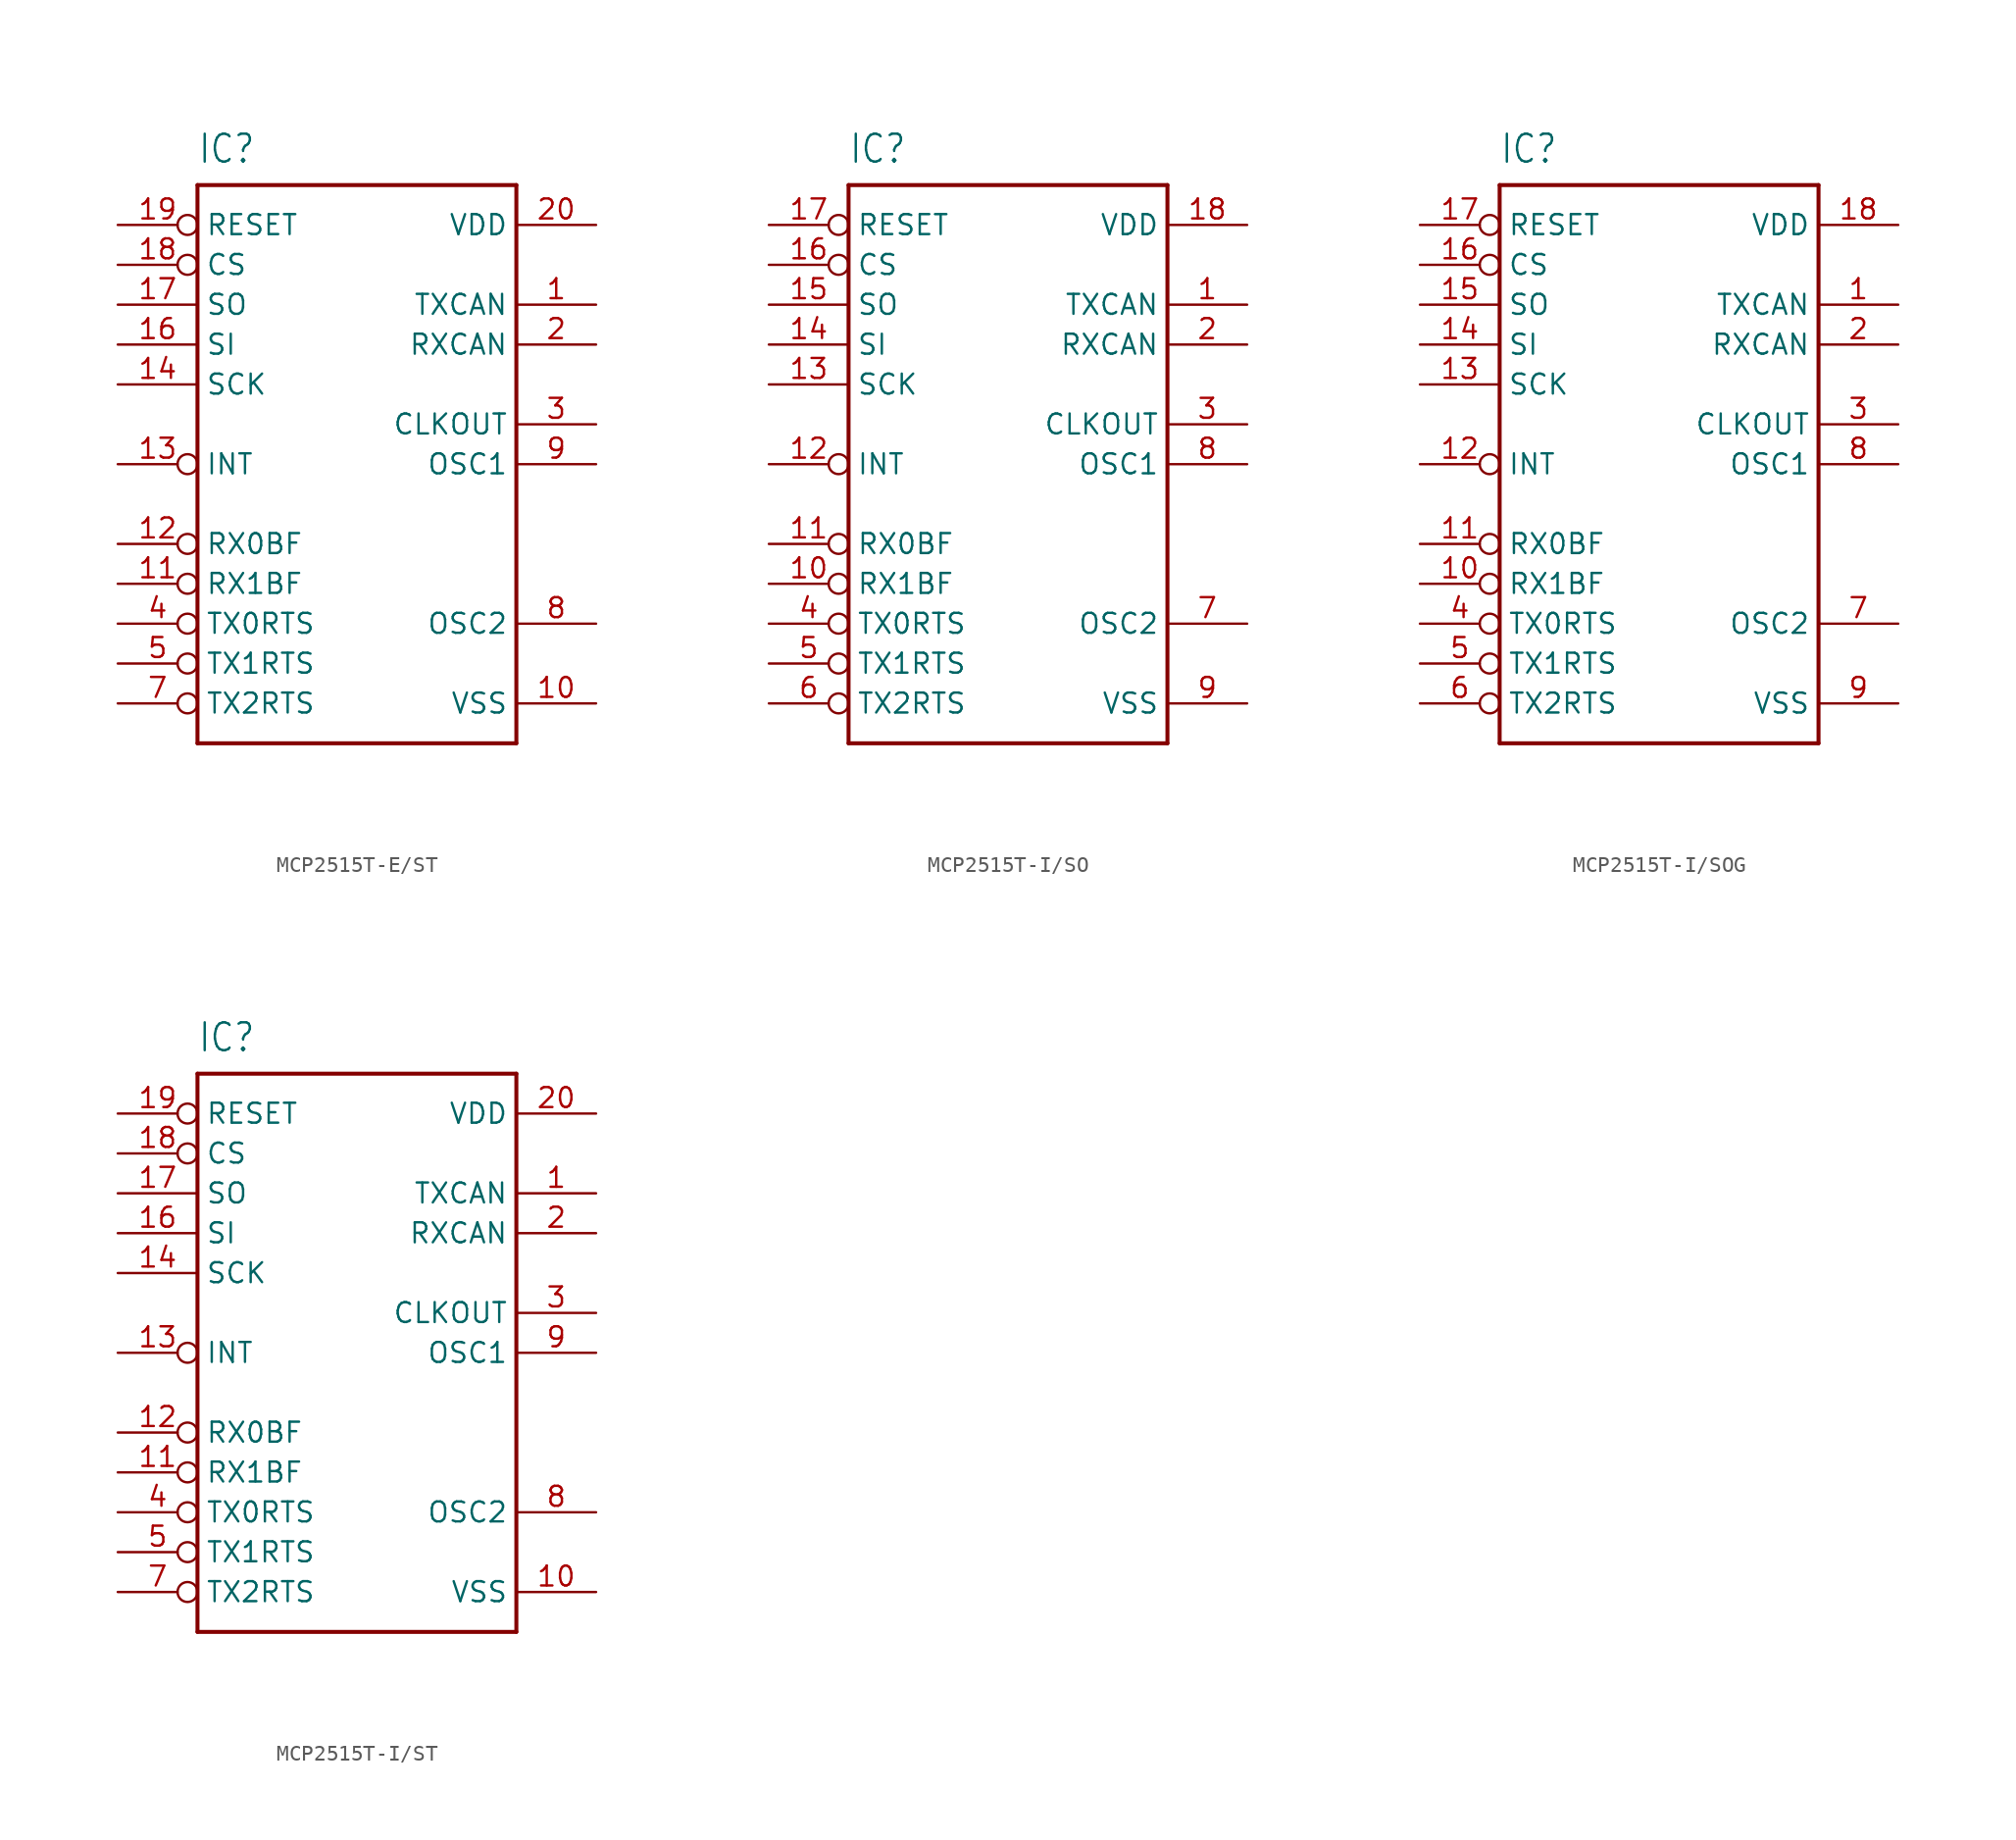
<source format=kicad_sym>
(kicad_symbol_lib
  (version 20220914)
  (generator kicad_symbol_editor)
  (symbol "MCP2515T-E/ST"
    (property "Reference" "IC"
      (at -10.16 19.05 0)
      (effects (font (size 1.778 1.511)) (justify left bottom)))
    (property "Value" ""
      (at -10.16 -20.32 0)
      (effects (font (size 1.778 1.511)) (justify left bottom)))
    (property "ki_locked" ""
      (at 0 0 0)
      (effects (font (size 1.27 1.27))))
    (symbol "MCP2515T-E/ST_1_0"
      (polyline (pts (xy -10.16 -17.78) (xy -10.16 17.78)) (stroke (width 0.254) (type solid)) (fill (type none)))
      (polyline (pts (xy -10.16 17.78) (xy 10.16 17.78)) (stroke (width 0.254) (type solid)) (fill (type none)))
      (polyline (pts (xy 10.16 -17.78) (xy -10.16 -17.78)) (stroke (width 0.254) (type solid)) (fill (type none)))
      (polyline (pts (xy 10.16 17.78) (xy 10.16 -17.78)) (stroke (width 0.254) (type solid)) (fill (type none)))
      (pin output line (at 15.24 10.16 180) (length 5.08) (name "TXCAN" (effects (font (size 1.27 1.27)))) (number "1" (effects (font (size 1.27 1.27)))))
      (pin power_in line (at 15.24 -15.24 180) (length 5.08) (name "VSS" (effects (font (size 1.27 1.27)))) (number "10" (effects (font (size 1.27 1.27)))))
      (pin output inverted (at -15.24 -7.62 0) (length 5.08) (name "RX1BF" (effects (font (size 1.27 1.27)))) (number "11" (effects (font (size 1.27 1.27)))))
      (pin output inverted (at -15.24 -5.08 0) (length 5.08) (name "RX0BF" (effects (font (size 1.27 1.27)))) (number "12" (effects (font (size 1.27 1.27)))))
      (pin output inverted (at -15.24 0 0) (length 5.08) (name "INT" (effects (font (size 1.27 1.27)))) (number "13" (effects (font (size 1.27 1.27)))))
      (pin input line (at -15.24 5.08 0) (length 5.08) (name "SCK" (effects (font (size 1.27 1.27)))) (number "14" (effects (font (size 1.27 1.27)))))
      (pin input line (at -15.24 7.62 0) (length 5.08) (name "SI" (effects (font (size 1.27 1.27)))) (number "16" (effects (font (size 1.27 1.27)))))
      (pin output line (at -15.24 10.16 0) (length 5.08) (name "SO" (effects (font (size 1.27 1.27)))) (number "17" (effects (font (size 1.27 1.27)))))
      (pin input inverted (at -15.24 12.7 0) (length 5.08) (name "CS" (effects (font (size 1.27 1.27)))) (number "18" (effects (font (size 1.27 1.27)))))
      (pin input inverted (at -15.24 15.24 0) (length 5.08) (name "RESET" (effects (font (size 1.27 1.27)))) (number "19" (effects (font (size 1.27 1.27)))))
      (pin input line (at 15.24 7.62 180) (length 5.08) (name "RXCAN" (effects (font (size 1.27 1.27)))) (number "2" (effects (font (size 1.27 1.27)))))
      (pin power_in line (at 15.24 15.24 180) (length 5.08) (name "VDD" (effects (font (size 1.27 1.27)))) (number "20" (effects (font (size 1.27 1.27)))))
      (pin output line (at 15.24 2.54 180) (length 5.08) (name "CLKOUT" (effects (font (size 1.27 1.27)))) (number "3" (effects (font (size 1.27 1.27)))))
      (pin input inverted (at -15.24 -10.16 0) (length 5.08) (name "TX0RTS" (effects (font (size 1.27 1.27)))) (number "4" (effects (font (size 1.27 1.27)))))
      (pin input inverted (at -15.24 -12.7 0) (length 5.08) (name "TX1RTS" (effects (font (size 1.27 1.27)))) (number "5" (effects (font (size 1.27 1.27)))))
      (pin input inverted (at -15.24 -15.24 0) (length 5.08) (name "TX2RTS" (effects (font (size 1.27 1.27)))) (number "7" (effects (font (size 1.27 1.27)))))
      (pin output line (at 15.24 -10.16 180) (length 5.08) (name "OSC2" (effects (font (size 1.27 1.27)))) (number "8" (effects (font (size 1.27 1.27)))))
      (pin input line (at 15.24 0 180) (length 5.08) (name "OSC1" (effects (font (size 1.27 1.27)))) (number "9" (effects (font (size 1.27 1.27)))))))
  (symbol "MCP2515T-I/SO"
    (property "Reference" "IC"
      (at -10.16 19.05 0)
      (effects (font (size 1.778 1.511)) (justify left bottom)))
    (property "Value" ""
      (at -10.16 -20.32 0)
      (effects (font (size 1.778 1.511)) (justify left bottom)))
    (property "ki_locked" ""
      (at 0 0 0)
      (effects (font (size 1.27 1.27))))
    (symbol "MCP2515T-I/SO_1_0"
      (polyline (pts (xy -10.16 -17.78) (xy -10.16 17.78)) (stroke (width 0.254) (type solid)) (fill (type none)))
      (polyline (pts (xy -10.16 17.78) (xy 10.16 17.78)) (stroke (width 0.254) (type solid)) (fill (type none)))
      (polyline (pts (xy 10.16 -17.78) (xy -10.16 -17.78)) (stroke (width 0.254) (type solid)) (fill (type none)))
      (polyline (pts (xy 10.16 17.78) (xy 10.16 -17.78)) (stroke (width 0.254) (type solid)) (fill (type none)))
      (pin output line (at 15.24 10.16 180) (length 5.08) (name "TXCAN" (effects (font (size 1.27 1.27)))) (number "1" (effects (font (size 1.27 1.27)))))
      (pin output inverted (at -15.24 -7.62 0) (length 5.08) (name "RX1BF" (effects (font (size 1.27 1.27)))) (number "10" (effects (font (size 1.27 1.27)))))
      (pin output inverted (at -15.24 -5.08 0) (length 5.08) (name "RX0BF" (effects (font (size 1.27 1.27)))) (number "11" (effects (font (size 1.27 1.27)))))
      (pin output inverted (at -15.24 0 0) (length 5.08) (name "INT" (effects (font (size 1.27 1.27)))) (number "12" (effects (font (size 1.27 1.27)))))
      (pin input line (at -15.24 5.08 0) (length 5.08) (name "SCK" (effects (font (size 1.27 1.27)))) (number "13" (effects (font (size 1.27 1.27)))))
      (pin input line (at -15.24 7.62 0) (length 5.08) (name "SI" (effects (font (size 1.27 1.27)))) (number "14" (effects (font (size 1.27 1.27)))))
      (pin output line (at -15.24 10.16 0) (length 5.08) (name "SO" (effects (font (size 1.27 1.27)))) (number "15" (effects (font (size 1.27 1.27)))))
      (pin input inverted (at -15.24 12.7 0) (length 5.08) (name "CS" (effects (font (size 1.27 1.27)))) (number "16" (effects (font (size 1.27 1.27)))))
      (pin input inverted (at -15.24 15.24 0) (length 5.08) (name "RESET" (effects (font (size 1.27 1.27)))) (number "17" (effects (font (size 1.27 1.27)))))
      (pin power_in line (at 15.24 15.24 180) (length 5.08) (name "VDD" (effects (font (size 1.27 1.27)))) (number "18" (effects (font (size 1.27 1.27)))))
      (pin input line (at 15.24 7.62 180) (length 5.08) (name "RXCAN" (effects (font (size 1.27 1.27)))) (number "2" (effects (font (size 1.27 1.27)))))
      (pin output line (at 15.24 2.54 180) (length 5.08) (name "CLKOUT" (effects (font (size 1.27 1.27)))) (number "3" (effects (font (size 1.27 1.27)))))
      (pin input inverted (at -15.24 -10.16 0) (length 5.08) (name "TX0RTS" (effects (font (size 1.27 1.27)))) (number "4" (effects (font (size 1.27 1.27)))))
      (pin input inverted (at -15.24 -12.7 0) (length 5.08) (name "TX1RTS" (effects (font (size 1.27 1.27)))) (number "5" (effects (font (size 1.27 1.27)))))
      (pin input inverted (at -15.24 -15.24 0) (length 5.08) (name "TX2RTS" (effects (font (size 1.27 1.27)))) (number "6" (effects (font (size 1.27 1.27)))))
      (pin output line (at 15.24 -10.16 180) (length 5.08) (name "OSC2" (effects (font (size 1.27 1.27)))) (number "7" (effects (font (size 1.27 1.27)))))
      (pin input line (at 15.24 0 180) (length 5.08) (name "OSC1" (effects (font (size 1.27 1.27)))) (number "8" (effects (font (size 1.27 1.27)))))
      (pin power_in line (at 15.24 -15.24 180) (length 5.08) (name "VSS" (effects (font (size 1.27 1.27)))) (number "9" (effects (font (size 1.27 1.27)))))))
  (symbol "MCP2515T-I/SOG"
    (property "Reference" "IC"
      (at -10.16 19.05 0)
      (effects (font (size 1.778 1.511)) (justify left bottom)))
    (property "Value" ""
      (at -10.16 -20.32 0)
      (effects (font (size 1.778 1.511)) (justify left bottom)))
    (property "ki_locked" ""
      (at 0 0 0)
      (effects (font (size 1.27 1.27))))
    (symbol "MCP2515T-I/SOG_1_0"
      (polyline (pts (xy -10.16 -17.78) (xy -10.16 17.78)) (stroke (width 0.254) (type solid)) (fill (type none)))
      (polyline (pts (xy -10.16 17.78) (xy 10.16 17.78)) (stroke (width 0.254) (type solid)) (fill (type none)))
      (polyline (pts (xy 10.16 -17.78) (xy -10.16 -17.78)) (stroke (width 0.254) (type solid)) (fill (type none)))
      (polyline (pts (xy 10.16 17.78) (xy 10.16 -17.78)) (stroke (width 0.254) (type solid)) (fill (type none)))
      (pin output line (at 15.24 10.16 180) (length 5.08) (name "TXCAN" (effects (font (size 1.27 1.27)))) (number "1" (effects (font (size 1.27 1.27)))))
      (pin output inverted (at -15.24 -7.62 0) (length 5.08) (name "RX1BF" (effects (font (size 1.27 1.27)))) (number "10" (effects (font (size 1.27 1.27)))))
      (pin output inverted (at -15.24 -5.08 0) (length 5.08) (name "RX0BF" (effects (font (size 1.27 1.27)))) (number "11" (effects (font (size 1.27 1.27)))))
      (pin output inverted (at -15.24 0 0) (length 5.08) (name "INT" (effects (font (size 1.27 1.27)))) (number "12" (effects (font (size 1.27 1.27)))))
      (pin input line (at -15.24 5.08 0) (length 5.08) (name "SCK" (effects (font (size 1.27 1.27)))) (number "13" (effects (font (size 1.27 1.27)))))
      (pin input line (at -15.24 7.62 0) (length 5.08) (name "SI" (effects (font (size 1.27 1.27)))) (number "14" (effects (font (size 1.27 1.27)))))
      (pin output line (at -15.24 10.16 0) (length 5.08) (name "SO" (effects (font (size 1.27 1.27)))) (number "15" (effects (font (size 1.27 1.27)))))
      (pin input inverted (at -15.24 12.7 0) (length 5.08) (name "CS" (effects (font (size 1.27 1.27)))) (number "16" (effects (font (size 1.27 1.27)))))
      (pin input inverted (at -15.24 15.24 0) (length 5.08) (name "RESET" (effects (font (size 1.27 1.27)))) (number "17" (effects (font (size 1.27 1.27)))))
      (pin power_in line (at 15.24 15.24 180) (length 5.08) (name "VDD" (effects (font (size 1.27 1.27)))) (number "18" (effects (font (size 1.27 1.27)))))
      (pin input line (at 15.24 7.62 180) (length 5.08) (name "RXCAN" (effects (font (size 1.27 1.27)))) (number "2" (effects (font (size 1.27 1.27)))))
      (pin output line (at 15.24 2.54 180) (length 5.08) (name "CLKOUT" (effects (font (size 1.27 1.27)))) (number "3" (effects (font (size 1.27 1.27)))))
      (pin input inverted (at -15.24 -10.16 0) (length 5.08) (name "TX0RTS" (effects (font (size 1.27 1.27)))) (number "4" (effects (font (size 1.27 1.27)))))
      (pin input inverted (at -15.24 -12.7 0) (length 5.08) (name "TX1RTS" (effects (font (size 1.27 1.27)))) (number "5" (effects (font (size 1.27 1.27)))))
      (pin input inverted (at -15.24 -15.24 0) (length 5.08) (name "TX2RTS" (effects (font (size 1.27 1.27)))) (number "6" (effects (font (size 1.27 1.27)))))
      (pin output line (at 15.24 -10.16 180) (length 5.08) (name "OSC2" (effects (font (size 1.27 1.27)))) (number "7" (effects (font (size 1.27 1.27)))))
      (pin input line (at 15.24 0 180) (length 5.08) (name "OSC1" (effects (font (size 1.27 1.27)))) (number "8" (effects (font (size 1.27 1.27)))))
      (pin power_in line (at 15.24 -15.24 180) (length 5.08) (name "VSS" (effects (font (size 1.27 1.27)))) (number "9" (effects (font (size 1.27 1.27)))))))
  (symbol "MCP2515T-I/ST"
    (property "Reference" "IC"
      (at -10.16 19.05 0)
      (effects (font (size 1.778 1.511)) (justify left bottom)))
    (property "Value" ""
      (at -10.16 -20.32 0)
      (effects (font (size 1.778 1.511)) (justify left bottom)))
    (property "ki_locked" ""
      (at 0 0 0)
      (effects (font (size 1.27 1.27))))
    (symbol "MCP2515T-I/ST_1_0"
      (polyline (pts (xy -10.16 -17.78) (xy -10.16 17.78)) (stroke (width 0.254) (type solid)) (fill (type none)))
      (polyline (pts (xy -10.16 17.78) (xy 10.16 17.78)) (stroke (width 0.254) (type solid)) (fill (type none)))
      (polyline (pts (xy 10.16 -17.78) (xy -10.16 -17.78)) (stroke (width 0.254) (type solid)) (fill (type none)))
      (polyline (pts (xy 10.16 17.78) (xy 10.16 -17.78)) (stroke (width 0.254) (type solid)) (fill (type none)))
      (pin output line (at 15.24 10.16 180) (length 5.08) (name "TXCAN" (effects (font (size 1.27 1.27)))) (number "1" (effects (font (size 1.27 1.27)))))
      (pin power_in line (at 15.24 -15.24 180) (length 5.08) (name "VSS" (effects (font (size 1.27 1.27)))) (number "10" (effects (font (size 1.27 1.27)))))
      (pin output inverted (at -15.24 -7.62 0) (length 5.08) (name "RX1BF" (effects (font (size 1.27 1.27)))) (number "11" (effects (font (size 1.27 1.27)))))
      (pin output inverted (at -15.24 -5.08 0) (length 5.08) (name "RX0BF" (effects (font (size 1.27 1.27)))) (number "12" (effects (font (size 1.27 1.27)))))
      (pin output inverted (at -15.24 0 0) (length 5.08) (name "INT" (effects (font (size 1.27 1.27)))) (number "13" (effects (font (size 1.27 1.27)))))
      (pin input line (at -15.24 5.08 0) (length 5.08) (name "SCK" (effects (font (size 1.27 1.27)))) (number "14" (effects (font (size 1.27 1.27)))))
      (pin input line (at -15.24 7.62 0) (length 5.08) (name "SI" (effects (font (size 1.27 1.27)))) (number "16" (effects (font (size 1.27 1.27)))))
      (pin output line (at -15.24 10.16 0) (length 5.08) (name "SO" (effects (font (size 1.27 1.27)))) (number "17" (effects (font (size 1.27 1.27)))))
      (pin input inverted (at -15.24 12.7 0) (length 5.08) (name "CS" (effects (font (size 1.27 1.27)))) (number "18" (effects (font (size 1.27 1.27)))))
      (pin input inverted (at -15.24 15.24 0) (length 5.08) (name "RESET" (effects (font (size 1.27 1.27)))) (number "19" (effects (font (size 1.27 1.27)))))
      (pin input line (at 15.24 7.62 180) (length 5.08) (name "RXCAN" (effects (font (size 1.27 1.27)))) (number "2" (effects (font (size 1.27 1.27)))))
      (pin power_in line (at 15.24 15.24 180) (length 5.08) (name "VDD" (effects (font (size 1.27 1.27)))) (number "20" (effects (font (size 1.27 1.27)))))
      (pin output line (at 15.24 2.54 180) (length 5.08) (name "CLKOUT" (effects (font (size 1.27 1.27)))) (number "3" (effects (font (size 1.27 1.27)))))
      (pin input inverted (at -15.24 -10.16 0) (length 5.08) (name "TX0RTS" (effects (font (size 1.27 1.27)))) (number "4" (effects (font (size 1.27 1.27)))))
      (pin input inverted (at -15.24 -12.7 0) (length 5.08) (name "TX1RTS" (effects (font (size 1.27 1.27)))) (number "5" (effects (font (size 1.27 1.27)))))
      (pin input inverted (at -15.24 -15.24 0) (length 5.08) (name "TX2RTS" (effects (font (size 1.27 1.27)))) (number "7" (effects (font (size 1.27 1.27)))))
      (pin output line (at 15.24 -10.16 180) (length 5.08) (name "OSC2" (effects (font (size 1.27 1.27)))) (number "8" (effects (font (size 1.27 1.27)))))
      (pin input line (at 15.24 0 180) (length 5.08) (name "OSC1" (effects (font (size 1.27 1.27)))) (number "9" (effects (font (size 1.27 1.27))))))))
</source>
